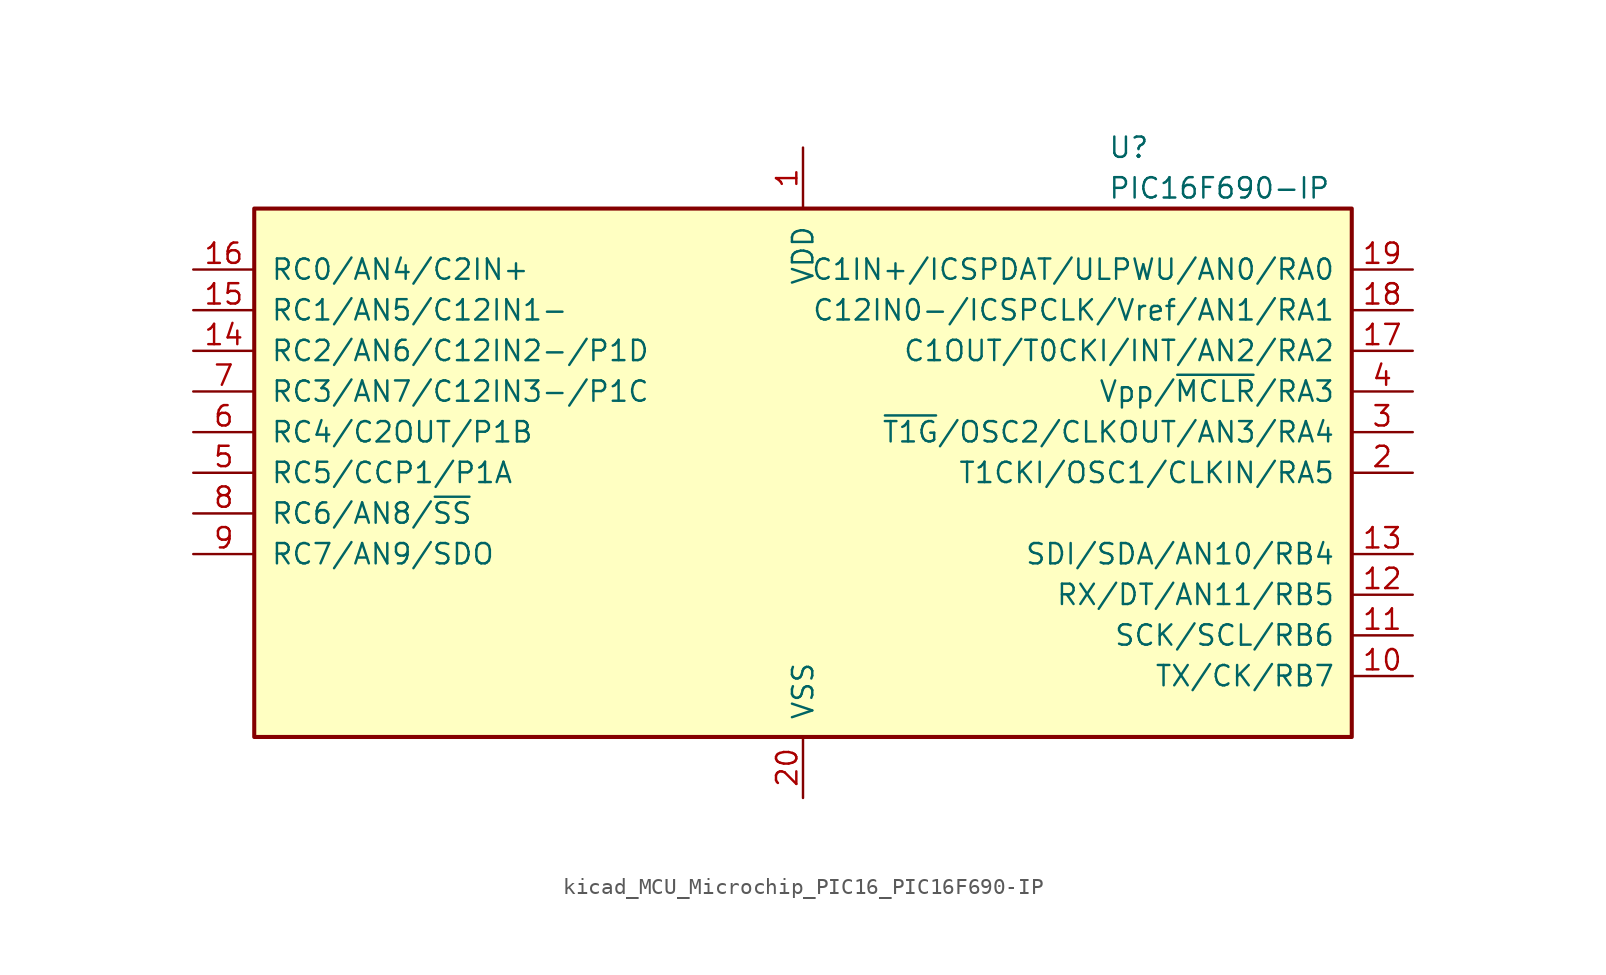
<source format=kicad_sym>
(kicad_symbol_lib
  (version 20220914)
  (generator kicad_symbol_editor)
  (symbol "kicad_MCU_Microchip_PIC16_PIC16F690-IP"
    (pin_names
      (offset 1.016))
    (property "Reference" "U"
      (at 19.05 20.32 0)
      (effects (font (size 1.27 1.27)) (justify left)))
    (property "Value" "PIC16F690-IP"
      (at 19.05 17.78 0)
      (effects (font (size 1.27 1.27)) (justify left)))
    (symbol "kicad_MCU_Microchip_PIC16_PIC16F690-IP_0_1"
      (rectangle (start -34.29 16.51) (end 34.29 -16.51) (stroke (width 0.254) (type default)) (fill (type background))))
    (symbol "kicad_MCU_Microchip_PIC16_PIC16F690-IP_1_1"
      (pin power_in line (at 0 20.32 270) (length 3.81) (name "VDD" (effects (font (size 1.27 1.27)))) (number "1" (effects (font (size 1.27 1.27)))))
      (pin bidirectional line (at 38.1 -12.7 180) (length 3.81) (name "TX/CK/RB7" (effects (font (size 1.27 1.27)))) (number "10" (effects (font (size 1.27 1.27)))))
      (pin bidirectional line (at 38.1 -10.16 180) (length 3.81) (name "SCK/SCL/RB6" (effects (font (size 1.27 1.27)))) (number "11" (effects (font (size 1.27 1.27)))))
      (pin bidirectional line (at 38.1 -7.62 180) (length 3.81) (name "RX/DT/AN11/RB5" (effects (font (size 1.27 1.27)))) (number "12" (effects (font (size 1.27 1.27)))))
      (pin bidirectional line (at 38.1 -5.08 180) (length 3.81) (name "SDI/SDA/AN10/RB4" (effects (font (size 1.27 1.27)))) (number "13" (effects (font (size 1.27 1.27)))))
      (pin bidirectional line (at -38.1 7.62 0) (length 3.81) (name "RC2/AN6/C12IN2-/P1D" (effects (font (size 1.27 1.27)))) (number "14" (effects (font (size 1.27 1.27)))))
      (pin bidirectional line (at -38.1 10.16 0) (length 3.81) (name "RC1/AN5/C12IN1-" (effects (font (size 1.27 1.27)))) (number "15" (effects (font (size 1.27 1.27)))))
      (pin bidirectional line (at -38.1 12.7 0) (length 3.81) (name "RC0/AN4/C2IN+" (effects (font (size 1.27 1.27)))) (number "16" (effects (font (size 1.27 1.27)))))
      (pin bidirectional line (at 38.1 7.62 180) (length 3.81) (name "C1OUT/T0CKI/INT/AN2/RA2" (effects (font (size 1.27 1.27)))) (number "17" (effects (font (size 1.27 1.27)))))
      (pin bidirectional line (at 38.1 10.16 180) (length 3.81) (name "C12IN0-/ICSPCLK/Vref/AN1/RA1" (effects (font (size 1.27 1.27)))) (number "18" (effects (font (size 1.27 1.27)))))
      (pin bidirectional line (at 38.1 12.7 180) (length 3.81) (name "C1IN+/ICSPDAT/ULPWU/AN0/RA0" (effects (font (size 1.27 1.27)))) (number "19" (effects (font (size 1.27 1.27)))))
      (pin bidirectional line (at 38.1 0 180) (length 3.81) (name "T1CKI/OSC1/CLKIN/RA5" (effects (font (size 1.27 1.27)))) (number "2" (effects (font (size 1.27 1.27)))))
      (pin power_in line (at 0 -20.32 90) (length 3.81) (name "VSS" (effects (font (size 1.27 1.27)))) (number "20" (effects (font (size 1.27 1.27)))))
      (pin bidirectional line (at 38.1 2.54 180) (length 3.81) (name "~{T1G}/OSC2/CLKOUT/AN3/RA4" (effects (font (size 1.27 1.27)))) (number "3" (effects (font (size 1.27 1.27)))))
      (pin input line (at 38.1 5.08 180) (length 3.81) (name "Vpp/~{MCLR}/RA3" (effects (font (size 1.27 1.27)))) (number "4" (effects (font (size 1.27 1.27)))))
      (pin bidirectional line (at -38.1 0 0) (length 3.81) (name "RC5/CCP1/P1A" (effects (font (size 1.27 1.27)))) (number "5" (effects (font (size 1.27 1.27)))))
      (pin bidirectional line (at -38.1 2.54 0) (length 3.81) (name "RC4/C2OUT/P1B" (effects (font (size 1.27 1.27)))) (number "6" (effects (font (size 1.27 1.27)))))
      (pin bidirectional line (at -38.1 5.08 0) (length 3.81) (name "RC3/AN7/C12IN3-/P1C" (effects (font (size 1.27 1.27)))) (number "7" (effects (font (size 1.27 1.27)))))
      (pin bidirectional line (at -38.1 -2.54 0) (length 3.81) (name "RC6/AN8/~{SS}" (effects (font (size 1.27 1.27)))) (number "8" (effects (font (size 1.27 1.27)))))
      (pin bidirectional line (at -38.1 -5.08 0) (length 3.81) (name "RC7/AN9/SDO" (effects (font (size 1.27 1.27)))) (number "9" (effects (font (size 1.27 1.27))))))))
</source>
